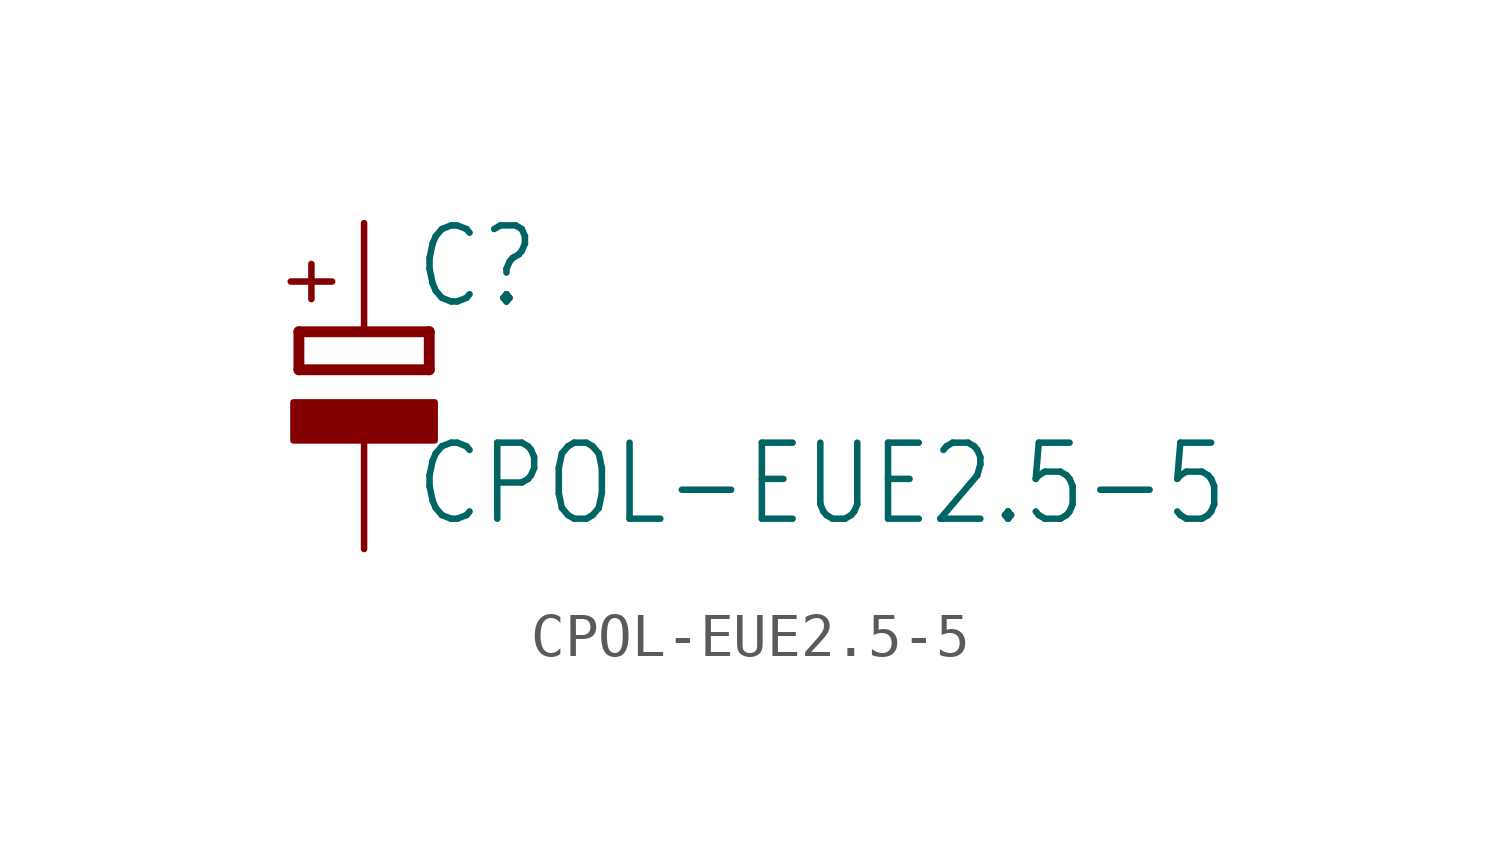
<source format=kicad_sym>
(kicad_symbol_lib
  (version 20211014)
  (generator kicad_symbol_editor)
  (symbol "CPOL-EUE2.5-5"
    (property "Reference" "C"
      (at 1.143 0.483 0)
      (effects (font (size 1.778 1.511)) (justify left bottom)))
    (property "Value" "CPOL-EUE2.5-5"
      (at 1.143 -4.597 0)
      (effects (font (size 1.778 1.511)) (justify left bottom)))
    (property "ki_locked" ""
      (at 0 0 0)
      (effects (font (size 1.27 1.27))))
    (symbol "CPOL-EUE2.5-5_1_0"
      (rectangle (start -1.651 -2.54) (end 1.651 -1.651) (stroke (width 0) (type default) (color 0 0 0 0)) (fill (type outline)))
      (polyline (pts (xy -1.524 -0.889) (xy 1.524 -0.889)) (stroke (width 0.254) (type default) (color 0 0 0 0)) (fill (type none)))
      (polyline (pts (xy -1.524 0) (xy -1.524 -0.889)) (stroke (width 0.254) (type default) (color 0 0 0 0)) (fill (type none)))
      (polyline (pts (xy -1.524 0) (xy 1.524 0)) (stroke (width 0.254) (type default) (color 0 0 0 0)) (fill (type none)))
      (polyline (pts (xy 1.524 -0.889) (xy 1.524 0)) (stroke (width 0.254) (type default) (color 0 0 0 0)) (fill (type none)))
      (text "+" (at -0.584 0.406 900) (effects (font (size 1.27 1.079)) (justify left bottom)))
      (pin passive line (at 0 2.54 270) (length 2.54) (name "+" (effects (font (size 0 0)))) (number "+" (effects (font (size 0 0)))))
      (pin passive line (at 0 -5.08 90) (length 2.54) (name "-" (effects (font (size 0 0)))) (number "-" (effects (font (size 0 0))))))))
</source>
